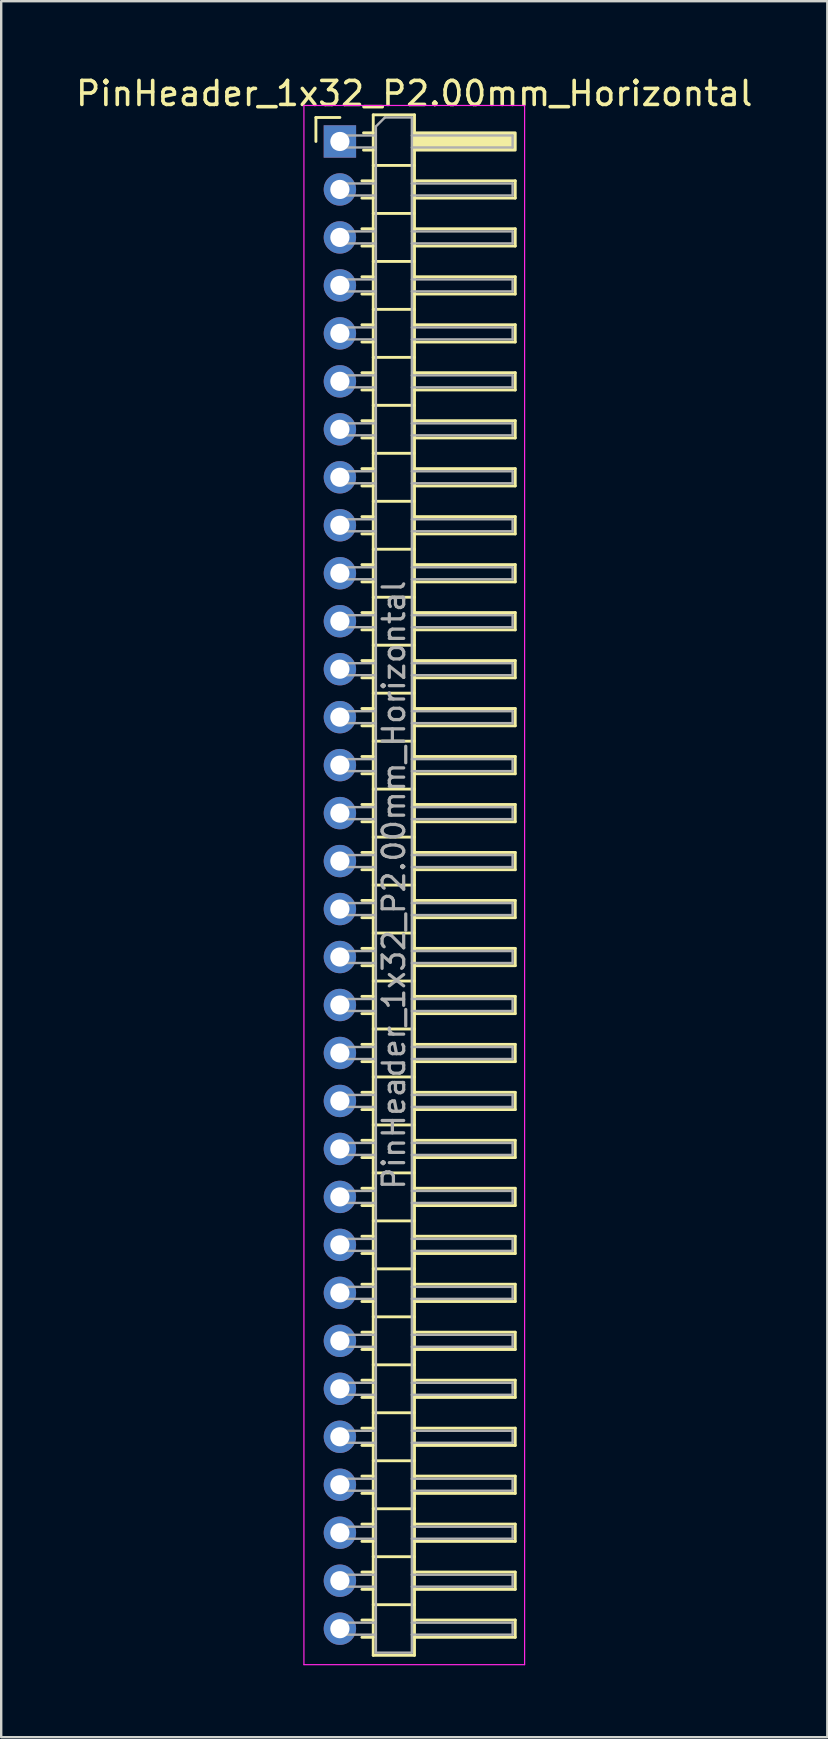
<source format=kicad_pcb>
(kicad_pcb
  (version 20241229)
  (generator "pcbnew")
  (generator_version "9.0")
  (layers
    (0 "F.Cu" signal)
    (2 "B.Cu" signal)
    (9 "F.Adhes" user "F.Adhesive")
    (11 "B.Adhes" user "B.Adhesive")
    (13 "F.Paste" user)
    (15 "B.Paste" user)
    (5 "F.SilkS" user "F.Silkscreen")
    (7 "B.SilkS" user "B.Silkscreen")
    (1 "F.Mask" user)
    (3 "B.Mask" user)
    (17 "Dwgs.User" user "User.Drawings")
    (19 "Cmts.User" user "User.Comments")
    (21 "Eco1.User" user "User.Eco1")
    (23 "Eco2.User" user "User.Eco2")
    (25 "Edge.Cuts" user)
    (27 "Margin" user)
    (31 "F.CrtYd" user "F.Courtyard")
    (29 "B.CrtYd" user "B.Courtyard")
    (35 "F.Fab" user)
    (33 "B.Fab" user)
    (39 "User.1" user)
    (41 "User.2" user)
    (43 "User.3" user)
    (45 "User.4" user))
  (footprint "PinHeader_1x32_P2.00mm_Horizontal"
    (layer "F.Cu")
    (at 11.12 2.848)
    (property "Reference" "PinHeader_1x32_P2.00mm_Horizontal" (at 3.1 -2 0) (layer "F.SilkS") (effects (font (size 1 1) (thickness 0.15))))
    (attr through_hole)
    (fp_line (start -1 -1) (end 0 -1) (stroke (width 0.12) (type solid)) (layer "F.SilkS"))
    (fp_line (start -1 0) (end -1 -1) (stroke (width 0.12) (type solid)) (layer "F.SilkS"))
    (fp_line (start 0.917 1.64) (end 1.39 1.64) (stroke (width 0.12) (type solid)) (layer "F.SilkS"))
    (fp_line (start 0.917 2.36) (end 1.39 2.36) (stroke (width 0.12) (type solid)) (layer "F.SilkS"))
    (fp_line (start 0.917 3.64) (end 1.39 3.64) (stroke (width 0.12) (type solid)) (layer "F.SilkS"))
    (fp_line (start 0.917 4.36) (end 1.39 4.36) (stroke (width 0.12) (type solid)) (layer "F.SilkS"))
    (fp_line (start 0.917 5.64) (end 1.39 5.64) (stroke (width 0.12) (type solid)) (layer "F.SilkS"))
    (fp_line (start 0.917 6.36) (end 1.39 6.36) (stroke (width 0.12) (type solid)) (layer "F.SilkS"))
    (fp_line (start 0.917 7.64) (end 1.39 7.64) (stroke (width 0.12) (type solid)) (layer "F.SilkS"))
    (fp_line (start 0.917 8.36) (end 1.39 8.36) (stroke (width 0.12) (type solid)) (layer "F.SilkS"))
    (fp_line (start 0.917 9.64) (end 1.39 9.64) (stroke (width 0.12) (type solid)) (layer "F.SilkS"))
    (fp_line (start 0.917 10.36) (end 1.39 10.36) (stroke (width 0.12) (type solid)) (layer "F.SilkS"))
    (fp_line (start 0.917 11.64) (end 1.39 11.64) (stroke (width 0.12) (type solid)) (layer "F.SilkS"))
    (fp_line (start 0.917 12.36) (end 1.39 12.36) (stroke (width 0.12) (type solid)) (layer "F.SilkS"))
    (fp_line (start 0.917 13.64) (end 1.39 13.64) (stroke (width 0.12) (type solid)) (layer "F.SilkS"))
    (fp_line (start 0.917 14.36) (end 1.39 14.36) (stroke (width 0.12) (type solid)) (layer "F.SilkS"))
    (fp_line (start 0.917 15.64) (end 1.39 15.64) (stroke (width 0.12) (type solid)) (layer "F.SilkS"))
    (fp_line (start 0.917 16.36) (end 1.39 16.36) (stroke (width 0.12) (type solid)) (layer "F.SilkS"))
    (fp_line (start 0.917 17.64) (end 1.39 17.64) (stroke (width 0.12) (type solid)) (layer "F.SilkS"))
    (fp_line (start 0.917 18.36) (end 1.39 18.36) (stroke (width 0.12) (type solid)) (layer "F.SilkS"))
    (fp_line (start 0.917 19.64) (end 1.39 19.64) (stroke (width 0.12) (type solid)) (layer "F.SilkS"))
    (fp_line (start 0.917 20.36) (end 1.39 20.36) (stroke (width 0.12) (type solid)) (layer "F.SilkS"))
    (fp_line (start 0.917 21.64) (end 1.39 21.64) (stroke (width 0.12) (type solid)) (layer "F.SilkS"))
    (fp_line (start 0.917 22.36) (end 1.39 22.36) (stroke (width 0.12) (type solid)) (layer "F.SilkS"))
    (fp_line (start 0.917 23.64) (end 1.39 23.64) (stroke (width 0.12) (type solid)) (layer "F.SilkS"))
    (fp_line (start 0.917 24.36) (end 1.39 24.36) (stroke (width 0.12) (type solid)) (layer "F.SilkS"))
    (fp_line (start 0.917 25.64) (end 1.39 25.64) (stroke (width 0.12) (type solid)) (layer "F.SilkS"))
    (fp_line (start 0.917 26.36) (end 1.39 26.36) (stroke (width 0.12) (type solid)) (layer "F.SilkS"))
    (fp_line (start 0.917 27.64) (end 1.39 27.64) (stroke (width 0.12) (type solid)) (layer "F.SilkS"))
    (fp_line (start 0.917 28.36) (end 1.39 28.36) (stroke (width 0.12) (type solid)) (layer "F.SilkS"))
    (fp_line (start 0.917 29.64) (end 1.39 29.64) (stroke (width 0.12) (type solid)) (layer "F.SilkS"))
    (fp_line (start 0.917 30.36) (end 1.39 30.36) (stroke (width 0.12) (type solid)) (layer "F.SilkS"))
    (fp_line (start 0.917 31.64) (end 1.39 31.64) (stroke (width 0.12) (type solid)) (layer "F.SilkS"))
    (fp_line (start 0.917 32.36) (end 1.39 32.36) (stroke (width 0.12) (type solid)) (layer "F.SilkS"))
    (fp_line (start 0.917 33.64) (end 1.39 33.64) (stroke (width 0.12) (type solid)) (layer "F.SilkS"))
    (fp_line (start 0.917 34.36) (end 1.39 34.36) (stroke (width 0.12) (type solid)) (layer "F.SilkS"))
    (fp_line (start 0.917 35.64) (end 1.39 35.64) (stroke (width 0.12) (type solid)) (layer "F.SilkS"))
    (fp_line (start 0.917 36.36) (end 1.39 36.36) (stroke (width 0.12) (type solid)) (layer "F.SilkS"))
    (fp_line (start 0.917 37.64) (end 1.39 37.64) (stroke (width 0.12) (type solid)) (layer "F.SilkS"))
    (fp_line (start 0.917 38.36) (end 1.39 38.36) (stroke (width 0.12) (type solid)) (layer "F.SilkS"))
    (fp_line (start 0.917 39.64) (end 1.39 39.64) (stroke (width 0.12) (type solid)) (layer "F.SilkS"))
    (fp_line (start 0.917 40.36) (end 1.39 40.36) (stroke (width 0.12) (type solid)) (layer "F.SilkS"))
    (fp_line (start 0.917 41.64) (end 1.39 41.64) (stroke (width 0.12) (type solid)) (layer "F.SilkS"))
    (fp_line (start 0.917 42.36) (end 1.39 42.36) (stroke (width 0.12) (type solid)) (layer "F.SilkS"))
    (fp_line (start 0.917 43.64) (end 1.39 43.64) (stroke (width 0.12) (type solid)) (layer "F.SilkS"))
    (fp_line (start 0.917 44.36) (end 1.39 44.36) (stroke (width 0.12) (type solid)) (layer "F.SilkS"))
    (fp_line (start 0.917 45.64) (end 1.39 45.64) (stroke (width 0.12) (type solid)) (layer "F.SilkS"))
    (fp_line (start 0.917 46.36) (end 1.39 46.36) (stroke (width 0.12) (type solid)) (layer "F.SilkS"))
    (fp_line (start 0.917 47.64) (end 1.39 47.64) (stroke (width 0.12) (type solid)) (layer "F.SilkS"))
    (fp_line (start 0.917 48.36) (end 1.39 48.36) (stroke (width 0.12) (type solid)) (layer "F.SilkS"))
    (fp_line (start 0.917 49.64) (end 1.39 49.64) (stroke (width 0.12) (type solid)) (layer "F.SilkS"))
    (fp_line (start 0.917 50.36) (end 1.39 50.36) (stroke (width 0.12) (type solid)) (layer "F.SilkS"))
    (fp_line (start 0.917 51.64) (end 1.39 51.64) (stroke (width 0.12) (type solid)) (layer "F.SilkS"))
    (fp_line (start 0.917 52.36) (end 1.39 52.36) (stroke (width 0.12) (type solid)) (layer "F.SilkS"))
    (fp_line (start 0.917 53.64) (end 1.39 53.64) (stroke (width 0.12) (type solid)) (layer "F.SilkS"))
    (fp_line (start 0.917 54.36) (end 1.39 54.36) (stroke (width 0.12) (type solid)) (layer "F.SilkS"))
    (fp_line (start 0.917 55.64) (end 1.39 55.64) (stroke (width 0.12) (type solid)) (layer "F.SilkS"))
    (fp_line (start 0.917 56.36) (end 1.39 56.36) (stroke (width 0.12) (type solid)) (layer "F.SilkS"))
    (fp_line (start 0.917 57.64) (end 1.39 57.64) (stroke (width 0.12) (type solid)) (layer "F.SilkS"))
    (fp_line (start 0.917 58.36) (end 1.39 58.36) (stroke (width 0.12) (type solid)) (layer "F.SilkS"))
    (fp_line (start 0.917 59.64) (end 1.39 59.64) (stroke (width 0.12) (type solid)) (layer "F.SilkS"))
    (fp_line (start 0.917 60.36) (end 1.39 60.36) (stroke (width 0.12) (type solid)) (layer "F.SilkS"))
    (fp_line (start 0.917 61.64) (end 1.39 61.64) (stroke (width 0.12) (type solid)) (layer "F.SilkS"))
    (fp_line (start 0.917 62.36) (end 1.39 62.36) (stroke (width 0.12) (type solid)) (layer "F.SilkS"))
    (fp_line (start 0.985 -0.36) (end 1.39 -0.36) (stroke (width 0.12) (type solid)) (layer "F.SilkS"))
    (fp_line (start 0.985 0.36) (end 1.39 0.36) (stroke (width 0.12) (type solid)) (layer "F.SilkS"))
    (fp_line (start 1.39 -1.11) (end 1.39 63.11) (stroke (width 0.12) (type solid)) (layer "F.SilkS"))
    (fp_line (start 1.39 1) (end 3.11 1) (stroke (width 0.12) (type solid)) (layer "F.SilkS"))
    (fp_line (start 1.39 3) (end 3.11 3) (stroke (width 0.12) (type solid)) (layer "F.SilkS"))
    (fp_line (start 1.39 5) (end 3.11 5) (stroke (width 0.12) (type solid)) (layer "F.SilkS"))
    (fp_line (start 1.39 7) (end 3.11 7) (stroke (width 0.12) (type solid)) (layer "F.SilkS"))
    (fp_line (start 1.39 9) (end 3.11 9) (stroke (width 0.12) (type solid)) (layer "F.SilkS"))
    (fp_line (start 1.39 11) (end 3.11 11) (stroke (width 0.12) (type solid)) (layer "F.SilkS"))
    (fp_line (start 1.39 13) (end 3.11 13) (stroke (width 0.12) (type solid)) (layer "F.SilkS"))
    (fp_line (start 1.39 15) (end 3.11 15) (stroke (width 0.12) (type solid)) (layer "F.SilkS"))
    (fp_line (start 1.39 17) (end 3.11 17) (stroke (width 0.12) (type solid)) (layer "F.SilkS"))
    (fp_line (start 1.39 19) (end 3.11 19) (stroke (width 0.12) (type solid)) (layer "F.SilkS"))
    (fp_line (start 1.39 21) (end 3.11 21) (stroke (width 0.12) (type solid)) (layer "F.SilkS"))
    (fp_line (start 1.39 23) (end 3.11 23) (stroke (width 0.12) (type solid)) (layer "F.SilkS"))
    (fp_line (start 1.39 25) (end 3.11 25) (stroke (width 0.12) (type solid)) (layer "F.SilkS"))
    (fp_line (start 1.39 27) (end 3.11 27) (stroke (width 0.12) (type solid)) (layer "F.SilkS"))
    (fp_line (start 1.39 29) (end 3.11 29) (stroke (width 0.12) (type solid)) (layer "F.SilkS"))
    (fp_line (start 1.39 31) (end 3.11 31) (stroke (width 0.12) (type solid)) (layer "F.SilkS"))
    (fp_line (start 1.39 33) (end 3.11 33) (stroke (width 0.12) (type solid)) (layer "F.SilkS"))
    (fp_line (start 1.39 35) (end 3.11 35) (stroke (width 0.12) (type solid)) (layer "F.SilkS"))
    (fp_line (start 1.39 37) (end 3.11 37) (stroke (width 0.12) (type solid)) (layer "F.SilkS"))
    (fp_line (start 1.39 39) (end 3.11 39) (stroke (width 0.12) (type solid)) (layer "F.SilkS"))
    (fp_line (start 1.39 41) (end 3.11 41) (stroke (width 0.12) (type solid)) (layer "F.SilkS"))
    (fp_line (start 1.39 43) (end 3.11 43) (stroke (width 0.12) (type solid)) (layer "F.SilkS"))
    (fp_line (start 1.39 45) (end 3.11 45) (stroke (width 0.12) (type solid)) (layer "F.SilkS"))
    (fp_line (start 1.39 47) (end 3.11 47) (stroke (width 0.12) (type solid)) (layer "F.SilkS"))
    (fp_line (start 1.39 49) (end 3.11 49) (stroke (width 0.12) (type solid)) (layer "F.SilkS"))
    (fp_line (start 1.39 51) (end 3.11 51) (stroke (width 0.12) (type solid)) (layer "F.SilkS"))
    (fp_line (start 1.39 53) (end 3.11 53) (stroke (width 0.12) (type solid)) (layer "F.SilkS"))
    (fp_line (start 1.39 55) (end 3.11 55) (stroke (width 0.12) (type solid)) (layer "F.SilkS"))
    (fp_line (start 1.39 57) (end 3.11 57) (stroke (width 0.12) (type solid)) (layer "F.SilkS"))
    (fp_line (start 1.39 59) (end 3.11 59) (stroke (width 0.12) (type solid)) (layer "F.SilkS"))
    (fp_line (start 1.39 61) (end 3.11 61) (stroke (width 0.12) (type solid)) (layer "F.SilkS"))
    (fp_line (start 1.39 63.11) (end 3.11 63.11) (stroke (width 0.12) (type solid)) (layer "F.SilkS"))
    (fp_line (start 3.11 -1.11) (end 1.39 -1.11) (stroke (width 0.12) (type solid)) (layer "F.SilkS"))
    (fp_line (start 3.11 1.64) (end 7.31 1.64) (stroke (width 0.12) (type solid)) (layer "F.SilkS"))
    (fp_line (start 3.11 3.64) (end 7.31 3.64) (stroke (width 0.12) (type solid)) (layer "F.SilkS"))
    (fp_line (start 3.11 5.64) (end 7.31 5.64) (stroke (width 0.12) (type solid)) (layer "F.SilkS"))
    (fp_line (start 3.11 7.64) (end 7.31 7.64) (stroke (width 0.12) (type solid)) (layer "F.SilkS"))
    (fp_line (start 3.11 9.64) (end 7.31 9.64) (stroke (width 0.12) (type solid)) (layer "F.SilkS"))
    (fp_line (start 3.11 11.64) (end 7.31 11.64) (stroke (width 0.12) (type solid)) (layer "F.SilkS"))
    (fp_line (start 3.11 13.64) (end 7.31 13.64) (stroke (width 0.12) (type solid)) (layer "F.SilkS"))
    (fp_line (start 3.11 15.64) (end 7.31 15.64) (stroke (width 0.12) (type solid)) (layer "F.SilkS"))
    (fp_line (start 3.11 17.64) (end 7.31 17.64) (stroke (width 0.12) (type solid)) (layer "F.SilkS"))
    (fp_line (start 3.11 19.64) (end 7.31 19.64) (stroke (width 0.12) (type solid)) (layer "F.SilkS"))
    (fp_line (start 3.11 21.64) (end 7.31 21.64) (stroke (width 0.12) (type solid)) (layer "F.SilkS"))
    (fp_line (start 3.11 23.64) (end 7.31 23.64) (stroke (width 0.12) (type solid)) (layer "F.SilkS"))
    (fp_line (start 3.11 25.64) (end 7.31 25.64) (stroke (width 0.12) (type solid)) (layer "F.SilkS"))
    (fp_line (start 3.11 27.64) (end 7.31 27.64) (stroke (width 0.12) (type solid)) (layer "F.SilkS"))
    (fp_line (start 3.11 29.64) (end 7.31 29.64) (stroke (width 0.12) (type solid)) (layer "F.SilkS"))
    (fp_line (start 3.11 31.64) (end 7.31 31.64) (stroke (width 0.12) (type solid)) (layer "F.SilkS"))
    (fp_line (start 3.11 33.64) (end 7.31 33.64) (stroke (width 0.12) (type solid)) (layer "F.SilkS"))
    (fp_line (start 3.11 35.64) (end 7.31 35.64) (stroke (width 0.12) (type solid)) (layer "F.SilkS"))
    (fp_line (start 3.11 37.64) (end 7.31 37.64) (stroke (width 0.12) (type solid)) (layer "F.SilkS"))
    (fp_line (start 3.11 39.64) (end 7.31 39.64) (stroke (width 0.12) (type solid)) (layer "F.SilkS"))
    (fp_line (start 3.11 41.64) (end 7.31 41.64) (stroke (width 0.12) (type solid)) (layer "F.SilkS"))
    (fp_line (start 3.11 43.64) (end 7.31 43.64) (stroke (width 0.12) (type solid)) (layer "F.SilkS"))
    (fp_line (start 3.11 45.64) (end 7.31 45.64) (stroke (width 0.12) (type solid)) (layer "F.SilkS"))
    (fp_line (start 3.11 47.64) (end 7.31 47.64) (stroke (width 0.12) (type solid)) (layer "F.SilkS"))
    (fp_line (start 3.11 49.64) (end 7.31 49.64) (stroke (width 0.12) (type solid)) (layer "F.SilkS"))
    (fp_line (start 3.11 51.64) (end 7.31 51.64) (stroke (width 0.12) (type solid)) (layer "F.SilkS"))
    (fp_line (start 3.11 53.64) (end 7.31 53.64) (stroke (width 0.12) (type solid)) (layer "F.SilkS"))
    (fp_line (start 3.11 55.64) (end 7.31 55.64) (stroke (width 0.12) (type solid)) (layer "F.SilkS"))
    (fp_line (start 3.11 57.64) (end 7.31 57.64) (stroke (width 0.12) (type solid)) (layer "F.SilkS"))
    (fp_line (start 3.11 59.64) (end 7.31 59.64) (stroke (width 0.12) (type solid)) (layer "F.SilkS"))
    (fp_line (start 3.11 61.64) (end 7.31 61.64) (stroke (width 0.12) (type solid)) (layer "F.SilkS"))
    (fp_line (start 3.11 63.11) (end 3.11 -1.11) (stroke (width 0.12) (type solid)) (layer "F.SilkS"))
    (fp_line (start 7.31 1.64) (end 7.31 2.36) (stroke (width 0.12) (type solid)) (layer "F.SilkS"))
    (fp_line (start 7.31 2.36) (end 3.11 2.36) (stroke (width 0.12) (type solid)) (layer "F.SilkS"))
    (fp_line (start 7.31 3.64) (end 7.31 4.36) (stroke (width 0.12) (type solid)) (layer "F.SilkS"))
    (fp_line (start 7.31 4.36) (end 3.11 4.36) (stroke (width 0.12) (type solid)) (layer "F.SilkS"))
    (fp_line (start 7.31 5.64) (end 7.31 6.36) (stroke (width 0.12) (type solid)) (layer "F.SilkS"))
    (fp_line (start 7.31 6.36) (end 3.11 6.36) (stroke (width 0.12) (type solid)) (layer "F.SilkS"))
    (fp_line (start 7.31 7.64) (end 7.31 8.36) (stroke (width 0.12) (type solid)) (layer "F.SilkS"))
    (fp_line (start 7.31 8.36) (end 3.11 8.36) (stroke (width 0.12) (type solid)) (layer "F.SilkS"))
    (fp_line (start 7.31 9.64) (end 7.31 10.36) (stroke (width 0.12) (type solid)) (layer "F.SilkS"))
    (fp_line (start 7.31 10.36) (end 3.11 10.36) (stroke (width 0.12) (type solid)) (layer "F.SilkS"))
    (fp_line (start 7.31 11.64) (end 7.31 12.36) (stroke (width 0.12) (type solid)) (layer "F.SilkS"))
    (fp_line (start 7.31 12.36) (end 3.11 12.36) (stroke (width 0.12) (type solid)) (layer "F.SilkS"))
    (fp_line (start 7.31 13.64) (end 7.31 14.36) (stroke (width 0.12) (type solid)) (layer "F.SilkS"))
    (fp_line (start 7.31 14.36) (end 3.11 14.36) (stroke (width 0.12) (type solid)) (layer "F.SilkS"))
    (fp_line (start 7.31 15.64) (end 7.31 16.36) (stroke (width 0.12) (type solid)) (layer "F.SilkS"))
    (fp_line (start 7.31 16.36) (end 3.11 16.36) (stroke (width 0.12) (type solid)) (layer "F.SilkS"))
    (fp_line (start 7.31 17.64) (end 7.31 18.36) (stroke (width 0.12) (type solid)) (layer "F.SilkS"))
    (fp_line (start 7.31 18.36) (end 3.11 18.36) (stroke (width 0.12) (type solid)) (layer "F.SilkS"))
    (fp_line (start 7.31 19.64) (end 7.31 20.36) (stroke (width 0.12) (type solid)) (layer "F.SilkS"))
    (fp_line (start 7.31 20.36) (end 3.11 20.36) (stroke (width 0.12) (type solid)) (layer "F.SilkS"))
    (fp_line (start 7.31 21.64) (end 7.31 22.36) (stroke (width 0.12) (type solid)) (layer "F.SilkS"))
    (fp_line (start 7.31 22.36) (end 3.11 22.36) (stroke (width 0.12) (type solid)) (layer "F.SilkS"))
    (fp_line (start 7.31 23.64) (end 7.31 24.36) (stroke (width 0.12) (type solid)) (layer "F.SilkS"))
    (fp_line (start 7.31 24.36) (end 3.11 24.36) (stroke (width 0.12) (type solid)) (layer "F.SilkS"))
    (fp_line (start 7.31 25.64) (end 7.31 26.36) (stroke (width 0.12) (type solid)) (layer "F.SilkS"))
    (fp_line (start 7.31 26.36) (end 3.11 26.36) (stroke (width 0.12) (type solid)) (layer "F.SilkS"))
    (fp_line (start 7.31 27.64) (end 7.31 28.36) (stroke (width 0.12) (type solid)) (layer "F.SilkS"))
    (fp_line (start 7.31 28.36) (end 3.11 28.36) (stroke (width 0.12) (type solid)) (layer "F.SilkS"))
    (fp_line (start 7.31 29.64) (end 7.31 30.36) (stroke (width 0.12) (type solid)) (layer "F.SilkS"))
    (fp_line (start 7.31 30.36) (end 3.11 30.36) (stroke (width 0.12) (type solid)) (layer "F.SilkS"))
    (fp_line (start 7.31 31.64) (end 7.31 32.36) (stroke (width 0.12) (type solid)) (layer "F.SilkS"))
    (fp_line (start 7.31 32.36) (end 3.11 32.36) (stroke (width 0.12) (type solid)) (layer "F.SilkS"))
    (fp_line (start 7.31 33.64) (end 7.31 34.36) (stroke (width 0.12) (type solid)) (layer "F.SilkS"))
    (fp_line (start 7.31 34.36) (end 3.11 34.36) (stroke (width 0.12) (type solid)) (layer "F.SilkS"))
    (fp_line (start 7.31 35.64) (end 7.31 36.36) (stroke (width 0.12) (type solid)) (layer "F.SilkS"))
    (fp_line (start 7.31 36.36) (end 3.11 36.36) (stroke (width 0.12) (type solid)) (layer "F.SilkS"))
    (fp_line (start 7.31 37.64) (end 7.31 38.36) (stroke (width 0.12) (type solid)) (layer "F.SilkS"))
    (fp_line (start 7.31 38.36) (end 3.11 38.36) (stroke (width 0.12) (type solid)) (layer "F.SilkS"))
    (fp_line (start 7.31 39.64) (end 7.31 40.36) (stroke (width 0.12) (type solid)) (layer "F.SilkS"))
    (fp_line (start 7.31 40.36) (end 3.11 40.36) (stroke (width 0.12) (type solid)) (layer "F.SilkS"))
    (fp_line (start 7.31 41.64) (end 7.31 42.36) (stroke (width 0.12) (type solid)) (layer "F.SilkS"))
    (fp_line (start 7.31 42.36) (end 3.11 42.36) (stroke (width 0.12) (type solid)) (layer "F.SilkS"))
    (fp_line (start 7.31 43.64) (end 7.31 44.36) (stroke (width 0.12) (type solid)) (layer "F.SilkS"))
    (fp_line (start 7.31 44.36) (end 3.11 44.36) (stroke (width 0.12) (type solid)) (layer "F.SilkS"))
    (fp_line (start 7.31 45.64) (end 7.31 46.36) (stroke (width 0.12) (type solid)) (layer "F.SilkS"))
    (fp_line (start 7.31 46.36) (end 3.11 46.36) (stroke (width 0.12) (type solid)) (layer "F.SilkS"))
    (fp_line (start 7.31 47.64) (end 7.31 48.36) (stroke (width 0.12) (type solid)) (layer "F.SilkS"))
    (fp_line (start 7.31 48.36) (end 3.11 48.36) (stroke (width 0.12) (type solid)) (layer "F.SilkS"))
    (fp_line (start 7.31 49.64) (end 7.31 50.36) (stroke (width 0.12) (type solid)) (layer "F.SilkS"))
    (fp_line (start 7.31 50.36) (end 3.11 50.36) (stroke (width 0.12) (type solid)) (layer "F.SilkS"))
    (fp_line (start 7.31 51.64) (end 7.31 52.36) (stroke (width 0.12) (type solid)) (layer "F.SilkS"))
    (fp_line (start 7.31 52.36) (end 3.11 52.36) (stroke (width 0.12) (type solid)) (layer "F.SilkS"))
    (fp_line (start 7.31 53.64) (end 7.31 54.36) (stroke (width 0.12) (type solid)) (layer "F.SilkS"))
    (fp_line (start 7.31 54.36) (end 3.11 54.36) (stroke (width 0.12) (type solid)) (layer "F.SilkS"))
    (fp_line (start 7.31 55.64) (end 7.31 56.36) (stroke (width 0.12) (type solid)) (layer "F.SilkS"))
    (fp_line (start 7.31 56.36) (end 3.11 56.36) (stroke (width 0.12) (type solid)) (layer "F.SilkS"))
    (fp_line (start 7.31 57.64) (end 7.31 58.36) (stroke (width 0.12) (type solid)) (layer "F.SilkS"))
    (fp_line (start 7.31 58.36) (end 3.11 58.36) (stroke (width 0.12) (type solid)) (layer "F.SilkS"))
    (fp_line (start 7.31 59.64) (end 7.31 60.36) (stroke (width 0.12) (type solid)) (layer "F.SilkS"))
    (fp_line (start 7.31 60.36) (end 3.11 60.36) (stroke (width 0.12) (type solid)) (layer "F.SilkS"))
    (fp_line (start 7.31 61.64) (end 7.31 62.36) (stroke (width 0.12) (type solid)) (layer "F.SilkS"))
    (fp_line (start 7.31 62.36) (end 3.11 62.36) (stroke (width 0.12) (type solid)) (layer "F.SilkS"))
    (fp_rect (start 3.11 -0.36) (end 7.31 0.36) (stroke (width 0.12) (type solid)) (fill yes) (layer "F.SilkS"))
    (fp_line (start -1.5 -1.5) (end -1.5 63.5) (stroke (width 0.05) (type solid)) (layer "F.CrtYd"))
    (fp_line (start -1.5 63.5) (end 7.7 63.5) (stroke (width 0.05) (type solid)) (layer "F.CrtYd"))
    (fp_line (start 7.7 -1.5) (end -1.5 -1.5) (stroke (width 0.05) (type solid)) (layer "F.CrtYd"))
    (fp_line (start 7.7 63.5) (end 7.7 -1.5) (stroke (width 0.05) (type solid)) (layer "F.CrtYd"))
    (fp_line (start -0.25 -0.25) (end -0.25 0.25) (stroke (width 0.1) (type solid)) (layer "F.Fab"))
    (fp_line (start -0.25 -0.25) (end 1.5 -0.25) (stroke (width 0.1) (type solid)) (layer "F.Fab"))
    (fp_line (start -0.25 0.25) (end 1.5 0.25) (stroke (width 0.1) (type solid)) (layer "F.Fab"))
    (fp_line (start -0.25 1.75) (end -0.25 2.25) (stroke (width 0.1) (type solid)) (layer "F.Fab"))
    (fp_line (start -0.25 1.75) (end 1.5 1.75) (stroke (width 0.1) (type solid)) (layer "F.Fab"))
    (fp_line (start -0.25 2.25) (end 1.5 2.25) (stroke (width 0.1) (type solid)) (layer "F.Fab"))
    (fp_line (start -0.25 3.75) (end -0.25 4.25) (stroke (width 0.1) (type solid)) (layer "F.Fab"))
    (fp_line (start -0.25 3.75) (end 1.5 3.75) (stroke (width 0.1) (type solid)) (layer "F.Fab"))
    (fp_line (start -0.25 4.25) (end 1.5 4.25) (stroke (width 0.1) (type solid)) (layer "F.Fab"))
    (fp_line (start -0.25 5.75) (end -0.25 6.25) (stroke (width 0.1) (type solid)) (layer "F.Fab"))
    (fp_line (start -0.25 5.75) (end 1.5 5.75) (stroke (width 0.1) (type solid)) (layer "F.Fab"))
    (fp_line (start -0.25 6.25) (end 1.5 6.25) (stroke (width 0.1) (type solid)) (layer "F.Fab"))
    (fp_line (start -0.25 7.75) (end -0.25 8.25) (stroke (width 0.1) (type solid)) (layer "F.Fab"))
    (fp_line (start -0.25 7.75) (end 1.5 7.75) (stroke (width 0.1) (type solid)) (layer "F.Fab"))
    (fp_line (start -0.25 8.25) (end 1.5 8.25) (stroke (width 0.1) (type solid)) (layer "F.Fab"))
    (fp_line (start -0.25 9.75) (end -0.25 10.25) (stroke (width 0.1) (type solid)) (layer "F.Fab"))
    (fp_line (start -0.25 9.75) (end 1.5 9.75) (stroke (width 0.1) (type solid)) (layer "F.Fab"))
    (fp_line (start -0.25 10.25) (end 1.5 10.25) (stroke (width 0.1) (type solid)) (layer "F.Fab"))
    (fp_line (start -0.25 11.75) (end -0.25 12.25) (stroke (width 0.1) (type solid)) (layer "F.Fab"))
    (fp_line (start -0.25 11.75) (end 1.5 11.75) (stroke (width 0.1) (type solid)) (layer "F.Fab"))
    (fp_line (start -0.25 12.25) (end 1.5 12.25) (stroke (width 0.1) (type solid)) (layer "F.Fab"))
    (fp_line (start -0.25 13.75) (end -0.25 14.25) (stroke (width 0.1) (type solid)) (layer "F.Fab"))
    (fp_line (start -0.25 13.75) (end 1.5 13.75) (stroke (width 0.1) (type solid)) (layer "F.Fab"))
    (fp_line (start -0.25 14.25) (end 1.5 14.25) (stroke (width 0.1) (type solid)) (layer "F.Fab"))
    (fp_line (start -0.25 15.75) (end -0.25 16.25) (stroke (width 0.1) (type solid)) (layer "F.Fab"))
    (fp_line (start -0.25 15.75) (end 1.5 15.75) (stroke (width 0.1) (type solid)) (layer "F.Fab"))
    (fp_line (start -0.25 16.25) (end 1.5 16.25) (stroke (width 0.1) (type solid)) (layer "F.Fab"))
    (fp_line (start -0.25 17.75) (end -0.25 18.25) (stroke (width 0.1) (type solid)) (layer "F.Fab"))
    (fp_line (start -0.25 17.75) (end 1.5 17.75) (stroke (width 0.1) (type solid)) (layer "F.Fab"))
    (fp_line (start -0.25 18.25) (end 1.5 18.25) (stroke (width 0.1) (type solid)) (layer "F.Fab"))
    (fp_line (start -0.25 19.75) (end -0.25 20.25) (stroke (width 0.1) (type solid)) (layer "F.Fab"))
    (fp_line (start -0.25 19.75) (end 1.5 19.75) (stroke (width 0.1) (type solid)) (layer "F.Fab"))
    (fp_line (start -0.25 20.25) (end 1.5 20.25) (stroke (width 0.1) (type solid)) (layer "F.Fab"))
    (fp_line (start -0.25 21.75) (end -0.25 22.25) (stroke (width 0.1) (type solid)) (layer "F.Fab"))
    (fp_line (start -0.25 21.75) (end 1.5 21.75) (stroke (width 0.1) (type solid)) (layer "F.Fab"))
    (fp_line (start -0.25 22.25) (end 1.5 22.25) (stroke (width 0.1) (type solid)) (layer "F.Fab"))
    (fp_line (start -0.25 23.75) (end -0.25 24.25) (stroke (width 0.1) (type solid)) (layer "F.Fab"))
    (fp_line (start -0.25 23.75) (end 1.5 23.75) (stroke (width 0.1) (type solid)) (layer "F.Fab"))
    (fp_line (start -0.25 24.25) (end 1.5 24.25) (stroke (width 0.1) (type solid)) (layer "F.Fab"))
    (fp_line (start -0.25 25.75) (end -0.25 26.25) (stroke (width 0.1) (type solid)) (layer "F.Fab"))
    (fp_line (start -0.25 25.75) (end 1.5 25.75) (stroke (width 0.1) (type solid)) (layer "F.Fab"))
    (fp_line (start -0.25 26.25) (end 1.5 26.25) (stroke (width 0.1) (type solid)) (layer "F.Fab"))
    (fp_line (start -0.25 27.75) (end -0.25 28.25) (stroke (width 0.1) (type solid)) (layer "F.Fab"))
    (fp_line (start -0.25 27.75) (end 1.5 27.75) (stroke (width 0.1) (type solid)) (layer "F.Fab"))
    (fp_line (start -0.25 28.25) (end 1.5 28.25) (stroke (width 0.1) (type solid)) (layer "F.Fab"))
    (fp_line (start -0.25 29.75) (end -0.25 30.25) (stroke (width 0.1) (type solid)) (layer "F.Fab"))
    (fp_line (start -0.25 29.75) (end 1.5 29.75) (stroke (width 0.1) (type solid)) (layer "F.Fab"))
    (fp_line (start -0.25 30.25) (end 1.5 30.25) (stroke (width 0.1) (type solid)) (layer "F.Fab"))
    (fp_line (start -0.25 31.75) (end -0.25 32.25) (stroke (width 0.1) (type solid)) (layer "F.Fab"))
    (fp_line (start -0.25 31.75) (end 1.5 31.75) (stroke (width 0.1) (type solid)) (layer "F.Fab"))
    (fp_line (start -0.25 32.25) (end 1.5 32.25) (stroke (width 0.1) (type solid)) (layer "F.Fab"))
    (fp_line (start -0.25 33.75) (end -0.25 34.25) (stroke (width 0.1) (type solid)) (layer "F.Fab"))
    (fp_line (start -0.25 33.75) (end 1.5 33.75) (stroke (width 0.1) (type solid)) (layer "F.Fab"))
    (fp_line (start -0.25 34.25) (end 1.5 34.25) (stroke (width 0.1) (type solid)) (layer "F.Fab"))
    (fp_line (start -0.25 35.75) (end -0.25 36.25) (stroke (width 0.1) (type solid)) (layer "F.Fab"))
    (fp_line (start -0.25 35.75) (end 1.5 35.75) (stroke (width 0.1) (type solid)) (layer "F.Fab"))
    (fp_line (start -0.25 36.25) (end 1.5 36.25) (stroke (width 0.1) (type solid)) (layer "F.Fab"))
    (fp_line (start -0.25 37.75) (end -0.25 38.25) (stroke (width 0.1) (type solid)) (layer "F.Fab"))
    (fp_line (start -0.25 37.75) (end 1.5 37.75) (stroke (width 0.1) (type solid)) (layer "F.Fab"))
    (fp_line (start -0.25 38.25) (end 1.5 38.25) (stroke (width 0.1) (type solid)) (layer "F.Fab"))
    (fp_line (start -0.25 39.75) (end -0.25 40.25) (stroke (width 0.1) (type solid)) (layer "F.Fab"))
    (fp_line (start -0.25 39.75) (end 1.5 39.75) (stroke (width 0.1) (type solid)) (layer "F.Fab"))
    (fp_line (start -0.25 40.25) (end 1.5 40.25) (stroke (width 0.1) (type solid)) (layer "F.Fab"))
    (fp_line (start -0.25 41.75) (end -0.25 42.25) (stroke (width 0.1) (type solid)) (layer "F.Fab"))
    (fp_line (start -0.25 41.75) (end 1.5 41.75) (stroke (width 0.1) (type solid)) (layer "F.Fab"))
    (fp_line (start -0.25 42.25) (end 1.5 42.25) (stroke (width 0.1) (type solid)) (layer "F.Fab"))
    (fp_line (start -0.25 43.75) (end -0.25 44.25) (stroke (width 0.1) (type solid)) (layer "F.Fab"))
    (fp_line (start -0.25 43.75) (end 1.5 43.75) (stroke (width 0.1) (type solid)) (layer "F.Fab"))
    (fp_line (start -0.25 44.25) (end 1.5 44.25) (stroke (width 0.1) (type solid)) (layer "F.Fab"))
    (fp_line (start -0.25 45.75) (end -0.25 46.25) (stroke (width 0.1) (type solid)) (layer "F.Fab"))
    (fp_line (start -0.25 45.75) (end 1.5 45.75) (stroke (width 0.1) (type solid)) (layer "F.Fab"))
    (fp_line (start -0.25 46.25) (end 1.5 46.25) (stroke (width 0.1) (type solid)) (layer "F.Fab"))
    (fp_line (start -0.25 47.75) (end -0.25 48.25) (stroke (width 0.1) (type solid)) (layer "F.Fab"))
    (fp_line (start -0.25 47.75) (end 1.5 47.75) (stroke (width 0.1) (type solid)) (layer "F.Fab"))
    (fp_line (start -0.25 48.25) (end 1.5 48.25) (stroke (width 0.1) (type solid)) (layer "F.Fab"))
    (fp_line (start -0.25 49.75) (end -0.25 50.25) (stroke (width 0.1) (type solid)) (layer "F.Fab"))
    (fp_line (start -0.25 49.75) (end 1.5 49.75) (stroke (width 0.1) (type solid)) (layer "F.Fab"))
    (fp_line (start -0.25 50.25) (end 1.5 50.25) (stroke (width 0.1) (type solid)) (layer "F.Fab"))
    (fp_line (start -0.25 51.75) (end -0.25 52.25) (stroke (width 0.1) (type solid)) (layer "F.Fab"))
    (fp_line (start -0.25 51.75) (end 1.5 51.75) (stroke (width 0.1) (type solid)) (layer "F.Fab"))
    (fp_line (start -0.25 52.25) (end 1.5 52.25) (stroke (width 0.1) (type solid)) (layer "F.Fab"))
    (fp_line (start -0.25 53.75) (end -0.25 54.25) (stroke (width 0.1) (type solid)) (layer "F.Fab"))
    (fp_line (start -0.25 53.75) (end 1.5 53.75) (stroke (width 0.1) (type solid)) (layer "F.Fab"))
    (fp_line (start -0.25 54.25) (end 1.5 54.25) (stroke (width 0.1) (type solid)) (layer "F.Fab"))
    (fp_line (start -0.25 55.75) (end -0.25 56.25) (stroke (width 0.1) (type solid)) (layer "F.Fab"))
    (fp_line (start -0.25 55.75) (end 1.5 55.75) (stroke (width 0.1) (type solid)) (layer "F.Fab"))
    (fp_line (start -0.25 56.25) (end 1.5 56.25) (stroke (width 0.1) (type solid)) (layer "F.Fab"))
    (fp_line (start -0.25 57.75) (end -0.25 58.25) (stroke (width 0.1) (type solid)) (layer "F.Fab"))
    (fp_line (start -0.25 57.75) (end 1.5 57.75) (stroke (width 0.1) (type solid)) (layer "F.Fab"))
    (fp_line (start -0.25 58.25) (end 1.5 58.25) (stroke (width 0.1) (type solid)) (layer "F.Fab"))
    (fp_line (start -0.25 59.75) (end -0.25 60.25) (stroke (width 0.1) (type solid)) (layer "F.Fab"))
    (fp_line (start -0.25 59.75) (end 1.5 59.75) (stroke (width 0.1) (type solid)) (layer "F.Fab"))
    (fp_line (start -0.25 60.25) (end 1.5 60.25) (stroke (width 0.1) (type solid)) (layer "F.Fab"))
    (fp_line (start -0.25 61.75) (end -0.25 62.25) (stroke (width 0.1) (type solid)) (layer "F.Fab"))
    (fp_line (start -0.25 61.75) (end 1.5 61.75) (stroke (width 0.1) (type solid)) (layer "F.Fab"))
    (fp_line (start -0.25 62.25) (end 1.5 62.25) (stroke (width 0.1) (type solid)) (layer "F.Fab"))
    (fp_line (start 1.5 -0.625) (end 1.875 -1) (stroke (width 0.1) (type solid)) (layer "F.Fab"))
    (fp_line (start 1.5 63) (end 1.5 -0.625) (stroke (width 0.1) (type solid)) (layer "F.Fab"))
    (fp_line (start 1.875 -1) (end 3 -1) (stroke (width 0.1) (type solid)) (layer "F.Fab"))
    (fp_line (start 3 -1) (end 3 63) (stroke (width 0.1) (type solid)) (layer "F.Fab"))
    (fp_line (start 3 -0.25) (end 7.2 -0.25) (stroke (width 0.1) (type solid)) (layer "F.Fab"))
    (fp_line (start 3 0.25) (end 7.2 0.25) (stroke (width 0.1) (type solid)) (layer "F.Fab"))
    (fp_line (start 3 1.75) (end 7.2 1.75) (stroke (width 0.1) (type solid)) (layer "F.Fab"))
    (fp_line (start 3 2.25) (end 7.2 2.25) (stroke (width 0.1) (type solid)) (layer "F.Fab"))
    (fp_line (start 3 3.75) (end 7.2 3.75) (stroke (width 0.1) (type solid)) (layer "F.Fab"))
    (fp_line (start 3 4.25) (end 7.2 4.25) (stroke (width 0.1) (type solid)) (layer "F.Fab"))
    (fp_line (start 3 5.75) (end 7.2 5.75) (stroke (width 0.1) (type solid)) (layer "F.Fab"))
    (fp_line (start 3 6.25) (end 7.2 6.25) (stroke (width 0.1) (type solid)) (layer "F.Fab"))
    (fp_line (start 3 7.75) (end 7.2 7.75) (stroke (width 0.1) (type solid)) (layer "F.Fab"))
    (fp_line (start 3 8.25) (end 7.2 8.25) (stroke (width 0.1) (type solid)) (layer "F.Fab"))
    (fp_line (start 3 9.75) (end 7.2 9.75) (stroke (width 0.1) (type solid)) (layer "F.Fab"))
    (fp_line (start 3 10.25) (end 7.2 10.25) (stroke (width 0.1) (type solid)) (layer "F.Fab"))
    (fp_line (start 3 11.75) (end 7.2 11.75) (stroke (width 0.1) (type solid)) (layer "F.Fab"))
    (fp_line (start 3 12.25) (end 7.2 12.25) (stroke (width 0.1) (type solid)) (layer "F.Fab"))
    (fp_line (start 3 13.75) (end 7.2 13.75) (stroke (width 0.1) (type solid)) (layer "F.Fab"))
    (fp_line (start 3 14.25) (end 7.2 14.25) (stroke (width 0.1) (type solid)) (layer "F.Fab"))
    (fp_line (start 3 15.75) (end 7.2 15.75) (stroke (width 0.1) (type solid)) (layer "F.Fab"))
    (fp_line (start 3 16.25) (end 7.2 16.25) (stroke (width 0.1) (type solid)) (layer "F.Fab"))
    (fp_line (start 3 17.75) (end 7.2 17.75) (stroke (width 0.1) (type solid)) (layer "F.Fab"))
    (fp_line (start 3 18.25) (end 7.2 18.25) (stroke (width 0.1) (type solid)) (layer "F.Fab"))
    (fp_line (start 3 19.75) (end 7.2 19.75) (stroke (width 0.1) (type solid)) (layer "F.Fab"))
    (fp_line (start 3 20.25) (end 7.2 20.25) (stroke (width 0.1) (type solid)) (layer "F.Fab"))
    (fp_line (start 3 21.75) (end 7.2 21.75) (stroke (width 0.1) (type solid)) (layer "F.Fab"))
    (fp_line (start 3 22.25) (end 7.2 22.25) (stroke (width 0.1) (type solid)) (layer "F.Fab"))
    (fp_line (start 3 23.75) (end 7.2 23.75) (stroke (width 0.1) (type solid)) (layer "F.Fab"))
    (fp_line (start 3 24.25) (end 7.2 24.25) (stroke (width 0.1) (type solid)) (layer "F.Fab"))
    (fp_line (start 3 25.75) (end 7.2 25.75) (stroke (width 0.1) (type solid)) (layer "F.Fab"))
    (fp_line (start 3 26.25) (end 7.2 26.25) (stroke (width 0.1) (type solid)) (layer "F.Fab"))
    (fp_line (start 3 27.75) (end 7.2 27.75) (stroke (width 0.1) (type solid)) (layer "F.Fab"))
    (fp_line (start 3 28.25) (end 7.2 28.25) (stroke (width 0.1) (type solid)) (layer "F.Fab"))
    (fp_line (start 3 29.75) (end 7.2 29.75) (stroke (width 0.1) (type solid)) (layer "F.Fab"))
    (fp_line (start 3 30.25) (end 7.2 30.25) (stroke (width 0.1) (type solid)) (layer "F.Fab"))
    (fp_line (start 3 31.75) (end 7.2 31.75) (stroke (width 0.1) (type solid)) (layer "F.Fab"))
    (fp_line (start 3 32.25) (end 7.2 32.25) (stroke (width 0.1) (type solid)) (layer "F.Fab"))
    (fp_line (start 3 33.75) (end 7.2 33.75) (stroke (width 0.1) (type solid)) (layer "F.Fab"))
    (fp_line (start 3 34.25) (end 7.2 34.25) (stroke (width 0.1) (type solid)) (layer "F.Fab"))
    (fp_line (start 3 35.75) (end 7.2 35.75) (stroke (width 0.1) (type solid)) (layer "F.Fab"))
    (fp_line (start 3 36.25) (end 7.2 36.25) (stroke (width 0.1) (type solid)) (layer "F.Fab"))
    (fp_line (start 3 37.75) (end 7.2 37.75) (stroke (width 0.1) (type solid)) (layer "F.Fab"))
    (fp_line (start 3 38.25) (end 7.2 38.25) (stroke (width 0.1) (type solid)) (layer "F.Fab"))
    (fp_line (start 3 39.75) (end 7.2 39.75) (stroke (width 0.1) (type solid)) (layer "F.Fab"))
    (fp_line (start 3 40.25) (end 7.2 40.25) (stroke (width 0.1) (type solid)) (layer "F.Fab"))
    (fp_line (start 3 41.75) (end 7.2 41.75) (stroke (width 0.1) (type solid)) (layer "F.Fab"))
    (fp_line (start 3 42.25) (end 7.2 42.25) (stroke (width 0.1) (type solid)) (layer "F.Fab"))
    (fp_line (start 3 43.75) (end 7.2 43.75) (stroke (width 0.1) (type solid)) (layer "F.Fab"))
    (fp_line (start 3 44.25) (end 7.2 44.25) (stroke (width 0.1) (type solid)) (layer "F.Fab"))
    (fp_line (start 3 45.75) (end 7.2 45.75) (stroke (width 0.1) (type solid)) (layer "F.Fab"))
    (fp_line (start 3 46.25) (end 7.2 46.25) (stroke (width 0.1) (type solid)) (layer "F.Fab"))
    (fp_line (start 3 47.75) (end 7.2 47.75) (stroke (width 0.1) (type solid)) (layer "F.Fab"))
    (fp_line (start 3 48.25) (end 7.2 48.25) (stroke (width 0.1) (type solid)) (layer "F.Fab"))
    (fp_line (start 3 49.75) (end 7.2 49.75) (stroke (width 0.1) (type solid)) (layer "F.Fab"))
    (fp_line (start 3 50.25) (end 7.2 50.25) (stroke (width 0.1) (type solid)) (layer "F.Fab"))
    (fp_line (start 3 51.75) (end 7.2 51.75) (stroke (width 0.1) (type solid)) (layer "F.Fab"))
    (fp_line (start 3 52.25) (end 7.2 52.25) (stroke (width 0.1) (type solid)) (layer "F.Fab"))
    (fp_line (start 3 53.75) (end 7.2 53.75) (stroke (width 0.1) (type solid)) (layer "F.Fab"))
    (fp_line (start 3 54.25) (end 7.2 54.25) (stroke (width 0.1) (type solid)) (layer "F.Fab"))
    (fp_line (start 3 55.75) (end 7.2 55.75) (stroke (width 0.1) (type solid)) (layer "F.Fab"))
    (fp_line (start 3 56.25) (end 7.2 56.25) (stroke (width 0.1) (type solid)) (layer "F.Fab"))
    (fp_line (start 3 57.75) (end 7.2 57.75) (stroke (width 0.1) (type solid)) (layer "F.Fab"))
    (fp_line (start 3 58.25) (end 7.2 58.25) (stroke (width 0.1) (type solid)) (layer "F.Fab"))
    (fp_line (start 3 59.75) (end 7.2 59.75) (stroke (width 0.1) (type solid)) (layer "F.Fab"))
    (fp_line (start 3 60.25) (end 7.2 60.25) (stroke (width 0.1) (type solid)) (layer "F.Fab"))
    (fp_line (start 3 61.75) (end 7.2 61.75) (stroke (width 0.1) (type solid)) (layer "F.Fab"))
    (fp_line (start 3 62.25) (end 7.2 62.25) (stroke (width 0.1) (type solid)) (layer "F.Fab"))
    (fp_line (start 3 63) (end 1.5 63) (stroke (width 0.1) (type solid)) (layer "F.Fab"))
    (fp_line (start 7.2 -0.25) (end 7.2 0.25) (stroke (width 0.1) (type solid)) (layer "F.Fab"))
    (fp_line (start 7.2 1.75) (end 7.2 2.25) (stroke (width 0.1) (type solid)) (layer "F.Fab"))
    (fp_line (start 7.2 3.75) (end 7.2 4.25) (stroke (width 0.1) (type solid)) (layer "F.Fab"))
    (fp_line (start 7.2 5.75) (end 7.2 6.25) (stroke (width 0.1) (type solid)) (layer "F.Fab"))
    (fp_line (start 7.2 7.75) (end 7.2 8.25) (stroke (width 0.1) (type solid)) (layer "F.Fab"))
    (fp_line (start 7.2 9.75) (end 7.2 10.25) (stroke (width 0.1) (type solid)) (layer "F.Fab"))
    (fp_line (start 7.2 11.75) (end 7.2 12.25) (stroke (width 0.1) (type solid)) (layer "F.Fab"))
    (fp_line (start 7.2 13.75) (end 7.2 14.25) (stroke (width 0.1) (type solid)) (layer "F.Fab"))
    (fp_line (start 7.2 15.75) (end 7.2 16.25) (stroke (width 0.1) (type solid)) (layer "F.Fab"))
    (fp_line (start 7.2 17.75) (end 7.2 18.25) (stroke (width 0.1) (type solid)) (layer "F.Fab"))
    (fp_line (start 7.2 19.75) (end 7.2 20.25) (stroke (width 0.1) (type solid)) (layer "F.Fab"))
    (fp_line (start 7.2 21.75) (end 7.2 22.25) (stroke (width 0.1) (type solid)) (layer "F.Fab"))
    (fp_line (start 7.2 23.75) (end 7.2 24.25) (stroke (width 0.1) (type solid)) (layer "F.Fab"))
    (fp_line (start 7.2 25.75) (end 7.2 26.25) (stroke (width 0.1) (type solid)) (layer "F.Fab"))
    (fp_line (start 7.2 27.75) (end 7.2 28.25) (stroke (width 0.1) (type solid)) (layer "F.Fab"))
    (fp_line (start 7.2 29.75) (end 7.2 30.25) (stroke (width 0.1) (type solid)) (layer "F.Fab"))
    (fp_line (start 7.2 31.75) (end 7.2 32.25) (stroke (width 0.1) (type solid)) (layer "F.Fab"))
    (fp_line (start 7.2 33.75) (end 7.2 34.25) (stroke (width 0.1) (type solid)) (layer "F.Fab"))
    (fp_line (start 7.2 35.75) (end 7.2 36.25) (stroke (width 0.1) (type solid)) (layer "F.Fab"))
    (fp_line (start 7.2 37.75) (end 7.2 38.25) (stroke (width 0.1) (type solid)) (layer "F.Fab"))
    (fp_line (start 7.2 39.75) (end 7.2 40.25) (stroke (width 0.1) (type solid)) (layer "F.Fab"))
    (fp_line (start 7.2 41.75) (end 7.2 42.25) (stroke (width 0.1) (type solid)) (layer "F.Fab"))
    (fp_line (start 7.2 43.75) (end 7.2 44.25) (stroke (width 0.1) (type solid)) (layer "F.Fab"))
    (fp_line (start 7.2 45.75) (end 7.2 46.25) (stroke (width 0.1) (type solid)) (layer "F.Fab"))
    (fp_line (start 7.2 47.75) (end 7.2 48.25) (stroke (width 0.1) (type solid)) (layer "F.Fab"))
    (fp_line (start 7.2 49.75) (end 7.2 50.25) (stroke (width 0.1) (type solid)) (layer "F.Fab"))
    (fp_line (start 7.2 51.75) (end 7.2 52.25) (stroke (width 0.1) (type solid)) (layer "F.Fab"))
    (fp_line (start 7.2 53.75) (end 7.2 54.25) (stroke (width 0.1) (type solid)) (layer "F.Fab"))
    (fp_line (start 7.2 55.75) (end 7.2 56.25) (stroke (width 0.1) (type solid)) (layer "F.Fab"))
    (fp_line (start 7.2 57.75) (end 7.2 58.25) (stroke (width 0.1) (type solid)) (layer "F.Fab"))
    (fp_line (start 7.2 59.75) (end 7.2 60.25) (stroke (width 0.1) (type solid)) (layer "F.Fab"))
    (fp_line (start 7.2 61.75) (end 7.2 62.25) (stroke (width 0.1) (type solid)) (layer "F.Fab"))
    (fp_text user "${REFERENCE}" (at 2.25 31 90) (layer "F.Fab") (effects (font (size 0.9 0.9) (thickness 0.135))))
    (pad "1" thru_hole rect (at 0 0) (size 1.35 1.35) (drill 0.8) (layers "*.Cu" "*.Mask"))
    (pad "2" thru_hole circle (at 0 2) (size 1.35 1.35) (drill 0.8) (layers "*.Cu" "*.Mask"))
    (pad "3" thru_hole circle (at 0 4) (size 1.35 1.35) (drill 0.8) (layers "*.Cu" "*.Mask"))
    (pad "4" thru_hole circle (at 0 6) (size 1.35 1.35) (drill 0.8) (layers "*.Cu" "*.Mask"))
    (pad "5" thru_hole circle (at 0 8) (size 1.35 1.35) (drill 0.8) (layers "*.Cu" "*.Mask"))
    (pad "6" thru_hole circle (at 0 10) (size 1.35 1.35) (drill 0.8) (layers "*.Cu" "*.Mask"))
    (pad "7" thru_hole circle (at 0 12) (size 1.35 1.35) (drill 0.8) (layers "*.Cu" "*.Mask"))
    (pad "8" thru_hole circle (at 0 14) (size 1.35 1.35) (drill 0.8) (layers "*.Cu" "*.Mask"))
    (pad "9" thru_hole circle (at 0 16) (size 1.35 1.35) (drill 0.8) (layers "*.Cu" "*.Mask"))
    (pad "10" thru_hole circle (at 0 18) (size 1.35 1.35) (drill 0.8) (layers "*.Cu" "*.Mask"))
    (pad "11" thru_hole circle (at 0 20) (size 1.35 1.35) (drill 0.8) (layers "*.Cu" "*.Mask"))
    (pad "12" thru_hole circle (at 0 22) (size 1.35 1.35) (drill 0.8) (layers "*.Cu" "*.Mask"))
    (pad "13" thru_hole circle (at 0 24) (size 1.35 1.35) (drill 0.8) (layers "*.Cu" "*.Mask"))
    (pad "14" thru_hole circle (at 0 26) (size 1.35 1.35) (drill 0.8) (layers "*.Cu" "*.Mask"))
    (pad "15" thru_hole circle (at 0 28) (size 1.35 1.35) (drill 0.8) (layers "*.Cu" "*.Mask"))
    (pad "16" thru_hole circle (at 0 30) (size 1.35 1.35) (drill 0.8) (layers "*.Cu" "*.Mask"))
    (pad "17" thru_hole circle (at 0 32) (size 1.35 1.35) (drill 0.8) (layers "*.Cu" "*.Mask"))
    (pad "18" thru_hole circle (at 0 34) (size 1.35 1.35) (drill 0.8) (layers "*.Cu" "*.Mask"))
    (pad "19" thru_hole circle (at 0 36) (size 1.35 1.35) (drill 0.8) (layers "*.Cu" "*.Mask"))
    (pad "20" thru_hole circle (at 0 38) (size 1.35 1.35) (drill 0.8) (layers "*.Cu" "*.Mask"))
    (pad "21" thru_hole circle (at 0 40) (size 1.35 1.35) (drill 0.8) (layers "*.Cu" "*.Mask"))
    (pad "22" thru_hole circle (at 0 42) (size 1.35 1.35) (drill 0.8) (layers "*.Cu" "*.Mask"))
    (pad "23" thru_hole circle (at 0 44) (size 1.35 1.35) (drill 0.8) (layers "*.Cu" "*.Mask"))
    (pad "24" thru_hole circle (at 0 46) (size 1.35 1.35) (drill 0.8) (layers "*.Cu" "*.Mask"))
    (pad "25" thru_hole circle (at 0 48) (size 1.35 1.35) (drill 0.8) (layers "*.Cu" "*.Mask"))
    (pad "26" thru_hole circle (at 0 50) (size 1.35 1.35) (drill 0.8) (layers "*.Cu" "*.Mask"))
    (pad "27" thru_hole circle (at 0 52) (size 1.35 1.35) (drill 0.8) (layers "*.Cu" "*.Mask"))
    (pad "28" thru_hole circle (at 0 54) (size 1.35 1.35) (drill 0.8) (layers "*.Cu" "*.Mask"))
    (pad "29" thru_hole circle (at 0 56) (size 1.35 1.35) (drill 0.8) (layers "*.Cu" "*.Mask"))
    (pad "30" thru_hole circle (at 0 58) (size 1.35 1.35) (drill 0.8) (layers "*.Cu" "*.Mask"))
    (pad "31" thru_hole circle (at 0 60) (size 1.35 1.35) (drill 0.8) (layers "*.Cu" "*.Mask"))
    (pad "32" thru_hole circle (at 0 62) (size 1.35 1.35) (drill 0.8) (layers "*.Cu" "*.Mask")))
  (gr_rect
    (start -3 -3)
    (end 31.44 69.373)
    (stroke (width 0.1) (type default))
    (fill no)
    (layer "Edge.Cuts")))
</source>
